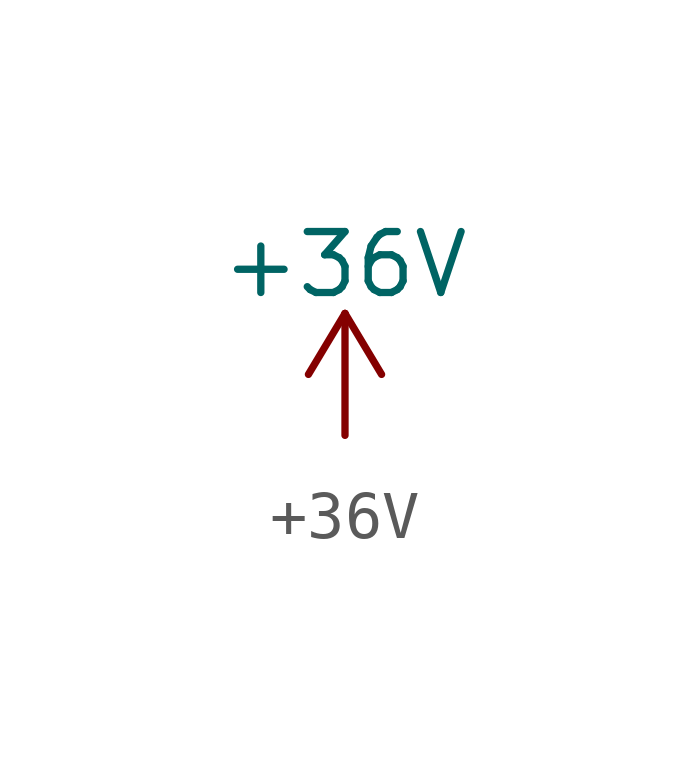
<source format=kicad_sym>
(kicad_symbol_lib
  (version 20201005)
  (generator kicad_symbol_editor)
  (symbol "+36V"
    (power)
    (pin_names
      (offset 0))
    (property "Reference" "#PWR"
      (at 0 -3.81 0)
      (effects (font (size 1.27 1.27)) hide))
    (property "Value" "+36V"
      (at 0 3.556 0)
      (effects (font (size 1.27 1.27))))
    (symbol "+36V_0_1"
      (polyline (pts (xy -0.762 1.27) (xy 0 2.54)) (stroke (width 0)) (fill (type none)))
      (polyline (pts (xy 0 0) (xy 0 2.54)) (stroke (width 0)) (fill (type none)))
      (polyline (pts (xy 0 2.54) (xy 0.762 1.27)) (stroke (width 0)) (fill (type none))))
    (symbol "+36V_1_1"
      (pin power_in line (at 0 0 90) (length 0) hide (name "+36V" (effects (font (size 1.27 1.27)))) (number "1" (effects (font (size 1.27 1.27))))))))
</source>
